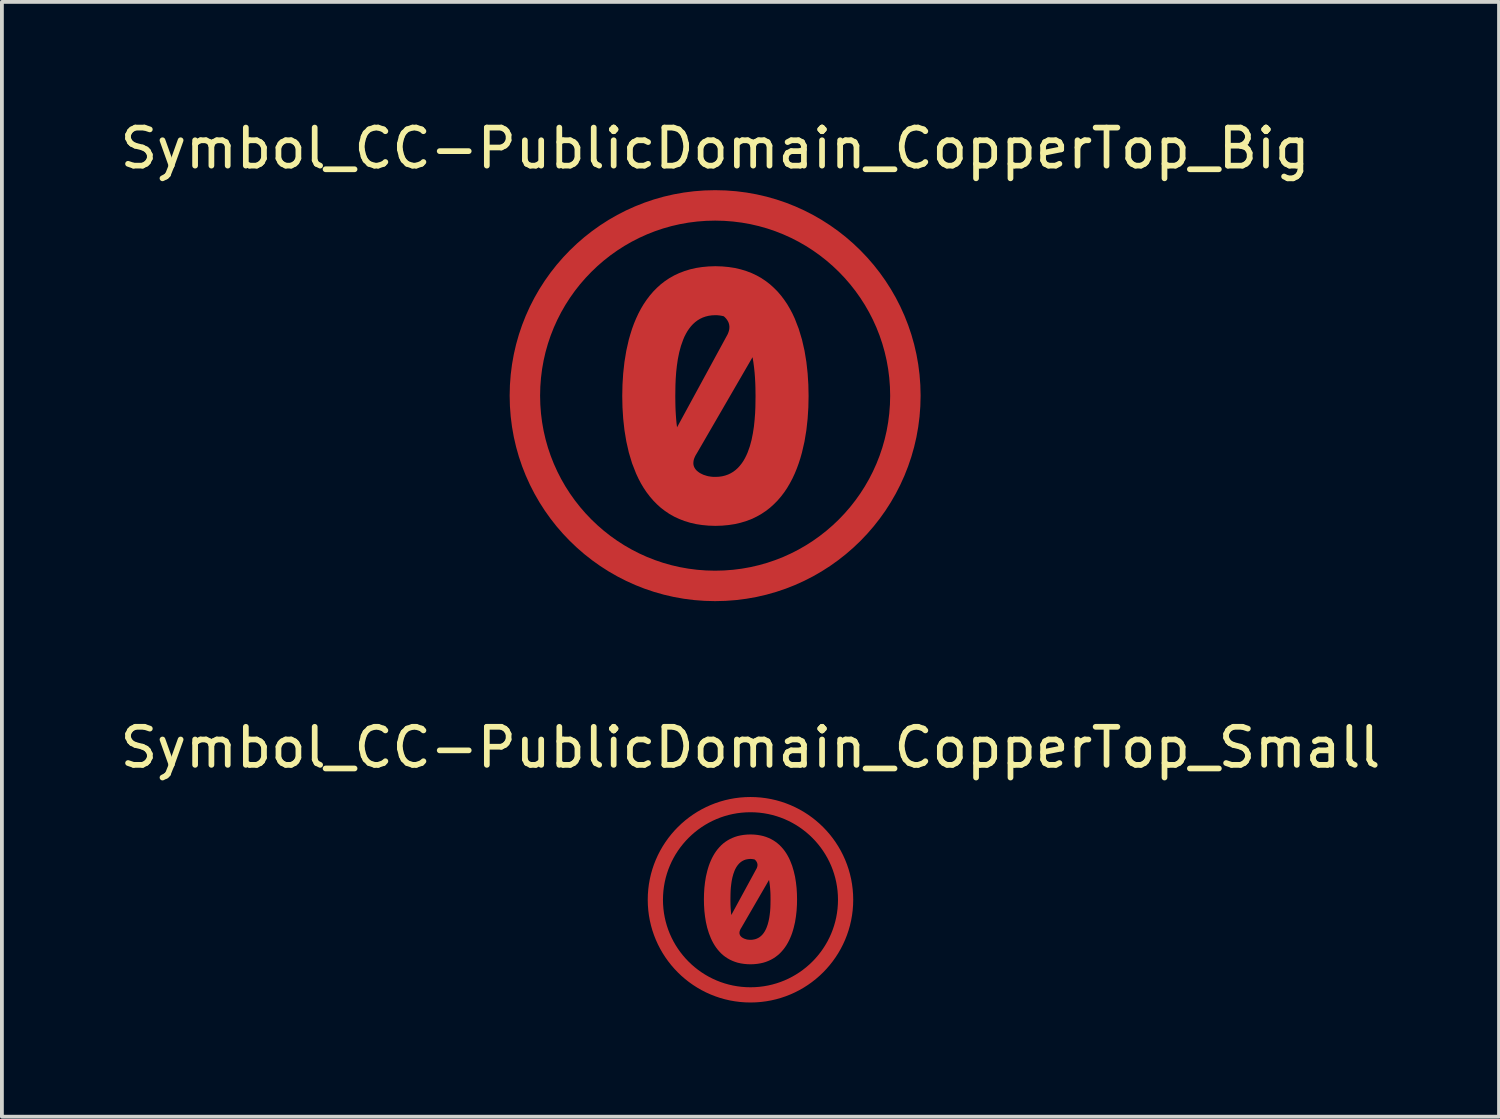
<source format=kicad_pcb>
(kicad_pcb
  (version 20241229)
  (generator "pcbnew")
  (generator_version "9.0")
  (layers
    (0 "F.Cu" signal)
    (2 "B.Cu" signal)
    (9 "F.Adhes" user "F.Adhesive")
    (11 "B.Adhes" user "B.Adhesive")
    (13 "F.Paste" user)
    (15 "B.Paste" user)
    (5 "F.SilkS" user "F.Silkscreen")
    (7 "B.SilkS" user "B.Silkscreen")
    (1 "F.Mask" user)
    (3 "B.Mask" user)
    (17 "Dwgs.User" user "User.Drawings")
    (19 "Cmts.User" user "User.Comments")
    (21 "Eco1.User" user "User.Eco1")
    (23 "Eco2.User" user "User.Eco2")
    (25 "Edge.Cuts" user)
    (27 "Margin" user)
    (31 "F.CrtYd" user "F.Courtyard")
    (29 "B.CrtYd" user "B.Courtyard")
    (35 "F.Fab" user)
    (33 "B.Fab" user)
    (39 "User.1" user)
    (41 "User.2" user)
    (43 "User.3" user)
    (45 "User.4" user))
  (footprint "Symbol_CC-PublicDomain_CopperTop_Big"
    (layer "F.Cu")
    (at 15.744 7.348)
    (property "Reference" "Symbol_CC-PublicDomain_CopperTop_Big" (at 0 -6.5 0) (layer "F.SilkS") (effects (font (size 1 1) (thickness 0.15))))
    (attr exclude_from_pos_files exclude_from_bom allow_missing_courtyard)
    (fp_circle (center 0 0) (end 5 0) (stroke (width 0.8) (type default)) (fill no) (layer "F.Cu"))
    (fp_poly (pts (xy 0.187 -3.396) (xy 0.357 -3.38) (xy 0.52 -3.355) (xy 0.674 -3.319) (xy 0.821 -3.274) (xy 0.96 -3.221) (xy 1.091 -3.159) (xy 1.215 -3.089) (xy 1.332 -3.011) (xy 1.442 -2.926) (xy 1.545 -2.833) (xy 1.642 -2.735) (xy 1.732 -2.63) (xy 1.816 -2.519) (xy 1.894 -2.404) (xy 1.965 -2.283) (xy 2.032 -2.157) (xy 2.092 -2.028) (xy 2.197 -1.757) (xy 2.282 -1.475) (xy 2.349 -1.183) (xy 2.398 -0.886) (xy 2.431 -0.586) (xy 2.45 -0.286) (xy 2.456 0.01) (xy 2.45 0.306) (xy 2.431 0.606) (xy 2.398 0.906) (xy 2.349 1.203) (xy 2.282 1.495) (xy 2.242 1.637) (xy 2.197 1.777) (xy 2.147 1.914) (xy 2.092 2.048) (xy 2.032 2.177) (xy 1.965 2.303) (xy 1.894 2.424) (xy 1.816 2.54) (xy 1.732 2.65) (xy 1.642 2.755) (xy 1.545 2.853) (xy 1.442 2.946) (xy 1.332 3.031) (xy 1.215 3.109) (xy 1.091 3.179) (xy 0.96 3.241) (xy 0.821 3.294) (xy 0.674 3.339) (xy 0.52 3.375) (xy 0.357 3.4) (xy 0.187 3.416) (xy 0.007 3.422) (xy -0.172 3.416) (xy -0.343 3.4) (xy -0.505 3.375) (xy -0.66 3.339) (xy -0.806 3.294) (xy -0.945 3.241) (xy -1.077 3.179) (xy -1.201 3.109) (xy -1.318 3.031) (xy -1.428 2.946) (xy -1.531 2.853) (xy -1.627 2.755) (xy -1.717 2.65) (xy -1.801 2.54) (xy -1.879 2.424) (xy -1.951 2.303) (xy -2.017 2.177) (xy -2.077 2.048) (xy -2.183 1.777) (xy -2.184 1.774) (xy -0.572 1.774) (xy -0.571 1.795) (xy -0.569 1.814) (xy -0.565 1.833) (xy -0.56 1.852) (xy -0.553 1.869) (xy -0.545 1.887) (xy -0.536 1.903) (xy -0.526 1.919) (xy -0.515 1.935) (xy -0.503 1.949) (xy -0.49 1.964) (xy -0.475 1.977) (xy -0.46 1.99) (xy -0.444 2.003) (xy -0.427 2.015) (xy -0.41 2.027) (xy -0.392 2.038) (xy -0.353 2.058) (xy -0.312 2.077) (xy -0.304 2.08) (xy -0.297 2.083) (xy -0.289 2.086) (xy -0.281 2.088) (xy -0.265 2.093) (xy -0.25 2.098) (xy -0.24 2.101) (xy -0.231 2.104) (xy -0.222 2.107) (xy -0.212 2.11) (xy -0.187 2.116) (xy -0.16 2.121) (xy -0.134 2.125) (xy -0.107 2.129) (xy -0.079 2.132) (xy -0.051 2.134) (xy -0.022 2.135) (xy 0.008 2.135) (xy 0.099 2.131) (xy 0.185 2.119) (xy 0.266 2.099) (xy 0.342 2.072) (xy 0.413 2.038) (xy 0.479 1.998) (xy 0.54 1.952) (xy 0.597 1.9) (xy 0.649 1.843) (xy 0.698 1.781) (xy 0.743 1.715) (xy 0.783 1.645) (xy 0.82 1.571) (xy 0.854 1.494) (xy 0.912 1.331) (xy 0.958 1.161) (xy 0.993 0.985) (xy 1.02 0.808) (xy 1.038 0.633) (xy 1.051 0.462) (xy 1.058 0.299) (xy 1.062 0.01) (xy 1.059 -0.212) (xy 1.055 -0.335) (xy 1.048 -0.464) (xy 1.038 -0.598) (xy 1.024 -0.734) (xy 1.006 -0.873) (xy 0.983 -1.011) (xy -0.474 1.504) (xy -0.492 1.533) (xy -0.508 1.56) (xy -0.522 1.587) (xy -0.534 1.613) (xy -0.545 1.638) (xy -0.554 1.662) (xy -0.561 1.686) (xy -0.566 1.709) (xy -0.569 1.732) (xy -0.571 1.753) (xy -0.572 1.774) (xy -2.184 1.774) (xy -2.268 1.495) (xy -2.334 1.203) (xy -2.383 0.906) (xy -2.416 0.606) (xy -2.435 0.306) (xy -2.441 0.01) (xy -2.441 0.01) (xy -1.047 0.01) (xy -1.045 0.189) (xy -1.043 0.287) (xy -1.039 0.39) (xy -1.033 0.497) (xy -1.025 0.607) (xy -1.015 0.718) (xy -1.001 0.832) (xy 0.302 -1.563) (xy 0.314 -1.585) (xy 0.325 -1.606) (xy 0.335 -1.627) (xy 0.343 -1.648) (xy 0.351 -1.668) (xy 0.357 -1.688) (xy 0.363 -1.707) (xy 0.367 -1.726) (xy 0.371 -1.745) (xy 0.373 -1.764) (xy 0.374 -1.782) (xy 0.375 -1.799) (xy 0.375 -1.817) (xy 0.373 -1.834) (xy 0.371 -1.85) (xy 0.368 -1.867) (xy 0.365 -1.883) (xy 0.36 -1.898) (xy 0.355 -1.914) (xy 0.349 -1.929) (xy 0.342 -1.944) (xy 0.334 -1.958) (xy 0.326 -1.972) (xy 0.318 -1.986) (xy 0.308 -1.999) (xy 0.298 -2.013) (xy 0.288 -2.026) (xy 0.277 -2.038) (xy 0.253 -2.063) (xy 0.227 -2.086) (xy 0.202 -2.092) (xy 0.175 -2.098) (xy 0.149 -2.103) (xy 0.122 -2.107) (xy 0.094 -2.11) (xy 0.066 -2.113) (xy 0.037 -2.115) (xy 0.007 -2.115) (xy -0.084 -2.111) (xy -0.17 -2.099) (xy -0.251 -2.079) (xy -0.327 -2.052) (xy -0.398 -2.018) (xy -0.464 -1.978) (xy -0.525 -1.932) (xy -0.582 -1.88) (xy -0.635 -1.823) (xy -0.683 -1.761) (xy -0.728 -1.695) (xy -0.768 -1.625) (xy -0.806 -1.551) (xy -0.839 -1.473) (xy -0.897 -1.311) (xy -0.943 -1.141) (xy -0.979 -0.965) (xy -1.005 -0.788) (xy -1.024 -0.613) (xy -1.036 -0.442) (xy -1.043 -0.279) (xy -1.047 0.01) (xy -2.441 0.01) (xy -2.435 -0.286) (xy -2.416 -0.586) (xy -2.383 -0.886) (xy -2.334 -1.183) (xy -2.268 -1.475) (xy -2.227 -1.617) (xy -2.183 -1.757) (xy -2.133 -1.894) (xy -2.077 -2.028) (xy -2.017 -2.157) (xy -1.951 -2.283) (xy -1.879 -2.404) (xy -1.801 -2.519) (xy -1.717 -2.63) (xy -1.627 -2.735) (xy -1.531 -2.833) (xy -1.428 -2.926) (xy -1.318 -3.011) (xy -1.201 -3.089) (xy -1.077 -3.159) (xy -0.945 -3.221) (xy -0.806 -3.274) (xy -0.66 -3.319) (xy -0.505 -3.355) (xy -0.343 -3.38) (xy -0.172 -3.396) (xy 0.007 -3.402)) (stroke (width 0) (type solid)) (fill yes) (layer "F.Cu")))
  (footprint "Symbol_CC-PublicDomain_CopperTop_Small"
    (layer "F.Cu")
    (at 16.673 20.596)
    (property "Reference" "Symbol_CC-PublicDomain_CopperTop_Small" (at 0 -4 0) (layer "F.SilkS") (effects (font (size 1 1) (thickness 0.15))))
    (attr exclude_from_pos_files exclude_from_bom allow_missing_courtyard)
    (fp_circle (center 0 0) (end 2.5 0) (stroke (width 0.4) (type default)) (fill no) (layer "F.Cu"))
    (fp_poly (pts (xy 0.09 -1.713) (xy 0.175 -1.705) (xy 0.256 -1.692) (xy 0.333 -1.675) (xy 0.407 -1.652) (xy 0.476 -1.625) (xy 0.542 -1.594) (xy 0.604 -1.559) (xy 0.662 -1.52) (xy 0.717 -1.478) (xy 0.769 -1.432) (xy 0.817 -1.382) (xy 0.862 -1.33) (xy 0.904 -1.275) (xy 0.943 -1.217) (xy 0.979 -1.156) (xy 1.012 -1.094) (xy 1.042 -1.029) (xy 1.095 -0.894) (xy 1.137 -0.752) (xy 1.171 -0.607) (xy 1.195 -0.458) (xy 1.212 -0.308) (xy 1.221 -0.158) (xy 1.224 -0.01) (xy 1.221 0.138) (xy 1.212 0.288) (xy 1.195 0.438) (xy 1.171 0.587) (xy 1.137 0.732) (xy 1.117 0.804) (xy 1.095 0.874) (xy 1.07 0.942) (xy 1.042 1.009) (xy 1.012 1.074) (xy 0.979 1.136) (xy 0.943 1.197) (xy 0.904 1.255) (xy 0.862 1.31) (xy 0.817 1.362) (xy 0.769 1.412) (xy 0.717 1.458) (xy 0.662 1.5) (xy 0.604 1.539) (xy 0.542 1.574) (xy 0.476 1.605) (xy 0.407 1.632) (xy 0.333 1.655) (xy 0.256 1.672) (xy 0.175 1.685) (xy 0.09 1.693) (xy 0 1.696) (xy -0.09 1.693) (xy -0.175 1.685) (xy -0.256 1.672) (xy -0.334 1.655) (xy -0.407 1.632) (xy -0.476 1.605) (xy -0.542 1.574) (xy -0.604 1.539) (xy -0.663 1.5) (xy -0.718 1.458) (xy -0.769 1.412) (xy -0.817 1.362) (xy -0.862 1.31) (xy -0.904 1.255) (xy -0.943 1.197) (xy -0.979 1.136) (xy -1.012 1.074) (xy -1.042 1.009) (xy -1.095 0.874) (xy -1.095 0.872) (xy -0.29 0.872) (xy -0.289 0.882) (xy -0.288 0.892) (xy -0.286 0.902) (xy -0.283 0.911) (xy -0.28 0.92) (xy -0.276 0.928) (xy -0.272 0.937) (xy -0.267 0.945) (xy -0.261 0.952) (xy -0.255 0.96) (xy -0.249 0.967) (xy -0.241 0.974) (xy -0.234 0.98) (xy -0.226 0.987) (xy -0.217 0.993) (xy -0.209 0.998) (xy -0.199 1.004) (xy -0.18 1.014) (xy -0.16 1.024) (xy -0.156 1.025) (xy -0.152 1.026) (xy -0.148 1.028) (xy -0.144 1.029) (xy -0.136 1.032) (xy -0.129 1.034) (xy -0.124 1.035) (xy -0.119 1.037) (xy -0.115 1.039) (xy -0.11 1.04) (xy -0.097 1.043) (xy -0.084 1.046) (xy -0.071 1.048) (xy -0.057 1.049) (xy -0.043 1.051) (xy -0.029 1.052) (xy -0.015 1.052) (xy 0.000185 1.053) (xy 0.046 1.051) (xy 0.089 1.044) (xy 0.129 1.035) (xy 0.167 1.021) (xy 0.203 1.004) (xy 0.236 0.984) (xy 0.266 0.961) (xy 0.295 0.935) (xy 0.321 0.907) (xy 0.345 0.876) (xy 0.368 0.842) (xy 0.388 0.807) (xy 0.407 0.77) (xy 0.423 0.732) (xy 0.452 0.651) (xy 0.475 0.565) (xy 0.493 0.478) (xy 0.506 0.389) (xy 0.516 0.301) (xy 0.522 0.216) (xy 0.525 0.135) (xy 0.527 -0.01) (xy 0.526 -0.121) (xy 0.524 -0.182) (xy 0.52 -0.247) (xy 0.515 -0.314) (xy 0.508 -0.382) (xy 0.499 -0.451) (xy 0.488 -0.521) (xy -0.241 0.737) (xy -0.25 0.751) (xy -0.258 0.765) (xy -0.265 0.778) (xy -0.271 0.791) (xy -0.276 0.804) (xy -0.28 0.816) (xy -0.284 0.828) (xy -0.287 0.84) (xy -0.288 0.851) (xy -0.289 0.862) (xy -0.29 0.872) (xy -1.095 0.872) (xy -1.138 0.732) (xy -1.171 0.587) (xy -1.195 0.438) (xy -1.212 0.288) (xy -1.221 0.138) (xy -1.224 -0.01) (xy -1.224 -0.01) (xy -0.527 -0.01) (xy -0.526 0.08) (xy -0.525 0.129) (xy -0.523 0.18) (xy -0.52 0.233) (xy -0.516 0.288) (xy -0.511 0.344) (xy -0.504 0.401) (xy 0.147 -0.797) (xy 0.153 -0.807) (xy 0.159 -0.818) (xy 0.164 -0.829) (xy 0.168 -0.839) (xy 0.172 -0.849) (xy 0.175 -0.859) (xy 0.178 -0.869) (xy 0.18 -0.878) (xy 0.182 -0.888) (xy 0.183 -0.897) (xy 0.184 -0.906) (xy 0.184 -0.915) (xy 0.184 -0.923) (xy 0.183 -0.932) (xy 0.182 -0.94) (xy 0.18 -0.948) (xy 0.179 -0.956) (xy 0.176 -0.964) (xy 0.174 -0.972) (xy 0.171 -0.979) (xy 0.167 -0.987) (xy 0.164 -0.994) (xy 0.159 -1.001) (xy 0.155 -1.008) (xy 0.15 -1.015) (xy 0.145 -1.021) (xy 0.14 -1.028) (xy 0.135 -1.034) (xy 0.123 -1.046) (xy 0.11 -1.058) (xy 0.097 -1.061) (xy 0.084 -1.064) (xy 0.071 -1.066) (xy 0.057 -1.068) (xy 0.043 -1.07) (xy 0.029 -1.071) (xy 0.015 -1.072) (xy 0 -1.073) (xy -0.046 -1.07) (xy -0.089 -1.064) (xy -0.129 -1.055) (xy -0.167 -1.041) (xy -0.203 -1.024) (xy -0.236 -1.004) (xy -0.266 -0.981) (xy -0.295 -0.955) (xy -0.321 -0.926) (xy -0.345 -0.896) (xy -0.368 -0.862) (xy -0.388 -0.827) (xy -0.407 -0.79) (xy -0.423 -0.752) (xy -0.452 -0.671) (xy -0.475 -0.585) (xy -0.493 -0.498) (xy -0.506 -0.409) (xy -0.516 -0.322) (xy -0.522 -0.236) (xy -0.525 -0.155) (xy -0.527 -0.01) (xy -1.224 -0.01) (xy -1.221 -0.158) (xy -1.212 -0.308) (xy -1.195 -0.458) (xy -1.171 -0.607) (xy -1.137 -0.752) (xy -1.117 -0.824) (xy -1.095 -0.894) (xy -1.07 -0.962) (xy -1.042 -1.029) (xy -1.012 -1.094) (xy -0.979 -1.156) (xy -0.943 -1.217) (xy -0.904 -1.275) (xy -0.862 -1.33) (xy -0.817 -1.382) (xy -0.769 -1.432) (xy -0.718 -1.478) (xy -0.663 -1.52) (xy -0.604 -1.559) (xy -0.542 -1.594) (xy -0.476 -1.625) (xy -0.407 -1.652) (xy -0.334 -1.675) (xy -0.256 -1.692) (xy -0.175 -1.705) (xy -0.09 -1.713) (xy 0 -1.716)) (stroke (width 0) (type solid)) (fill yes) (layer "F.Cu")))
  (gr_rect
    (start -3 -3)
    (end 36.345 26.297)
    (stroke (width 0.1) (type default))
    (fill no)
    (layer "Edge.Cuts")))
</source>
